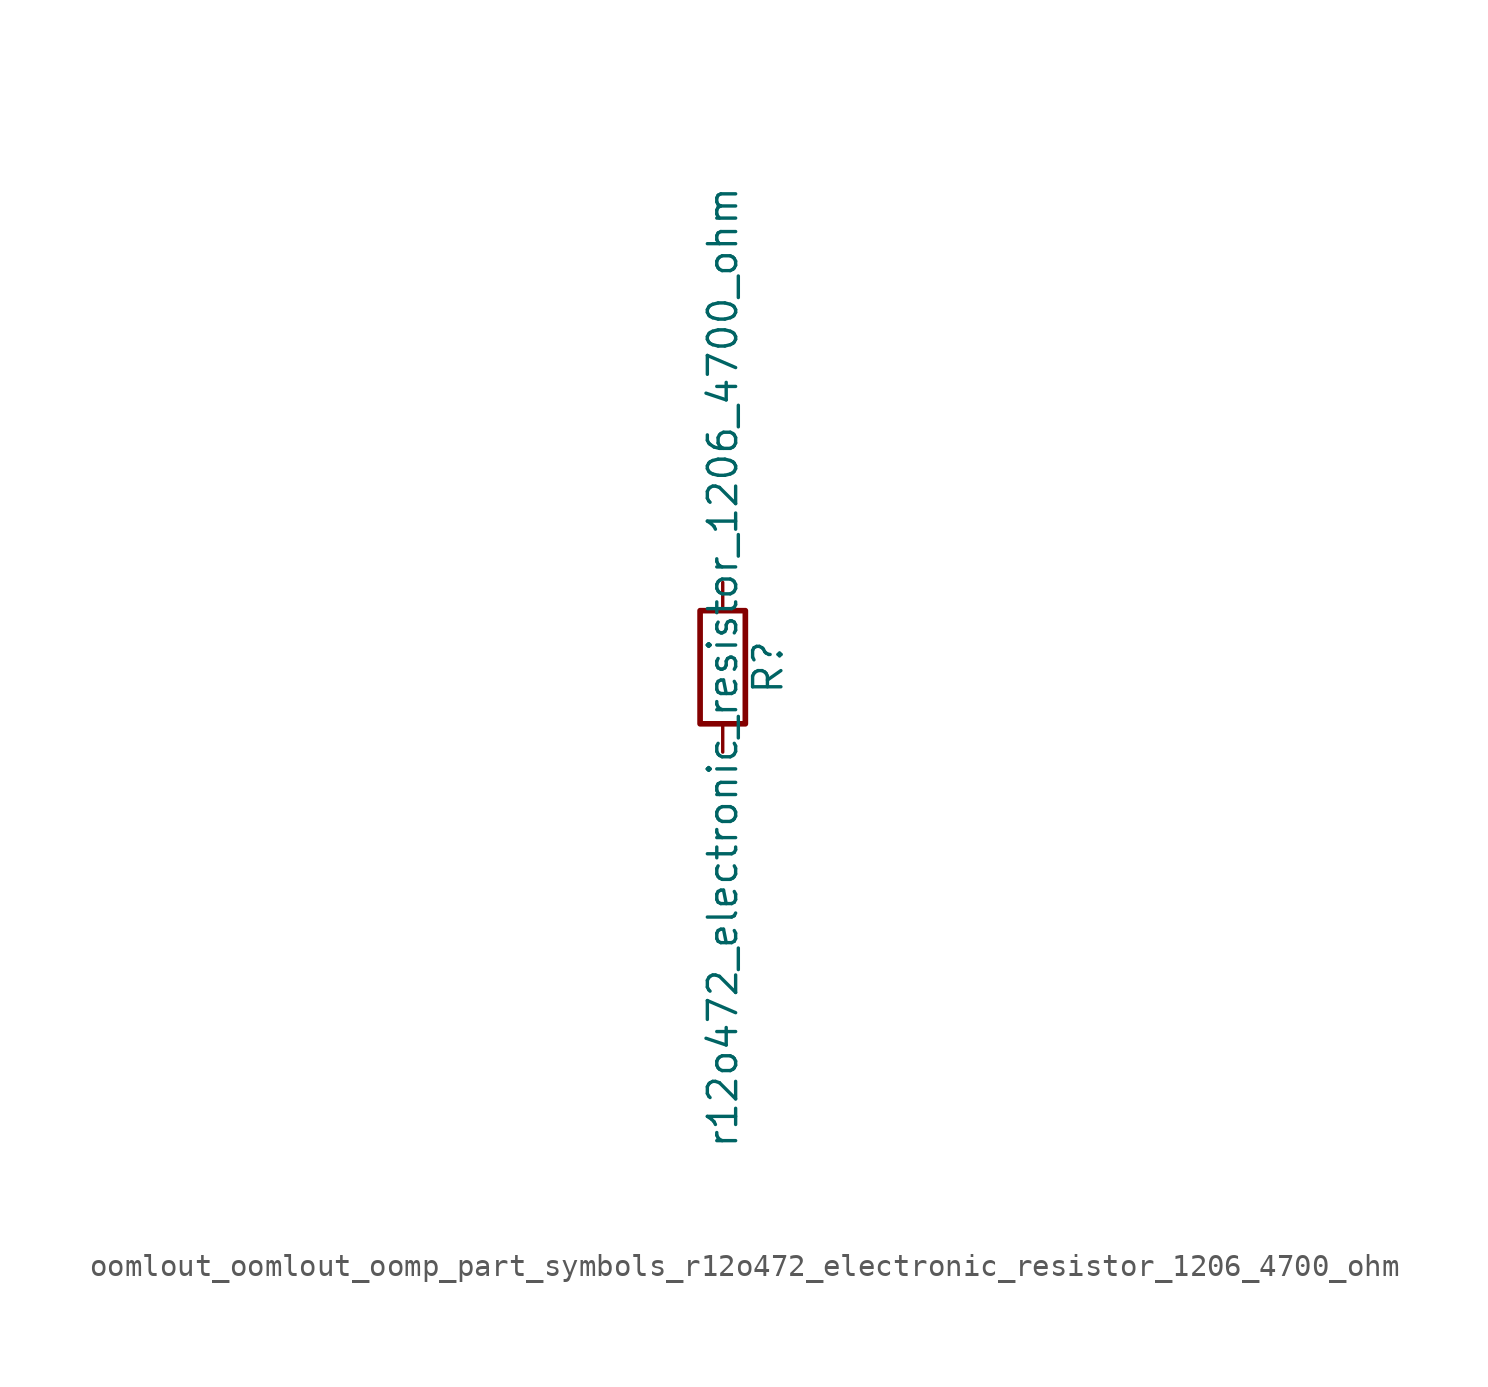
<source format=kicad_sym>
(kicad_symbol_lib
  (version 20220914)
  (generator kicad_symbol_editor)
  (symbol "oomlout_oomlout_oomp_part_symbols_r12o472_electronic_resistor_1206_4700_ohm"
    (pin_numbers hide)
    (pin_names
      (offset 0))
    (property "Reference" "R"
      (at 2.032 0 90)
      (effects (font (size 1.27 1.27))))
    (property "Value" "r12o472_electronic_resistor_1206_4700_ohm"
      (at 0 0 90)
      (effects (font (size 1.27 1.27))))
    (symbol "oomlout_oomlout_oomp_part_symbols_r12o472_electronic_resistor_1206_4700_ohm_0_1"
      (rectangle (start -1.016 -2.54) (end 1.016 2.54) (stroke (width 0.254) (type default)) (fill (type none))))
    (symbol "oomlout_oomlout_oomp_part_symbols_r12o472_electronic_resistor_1206_4700_ohm_1_1"
      (pin passive line (at 0 3.81 270) (length 1.27) (name "~" (effects (font (size 1.27 1.27)))) (number "1" (effects (font (size 1.27 1.27)))))
      (pin passive line (at 0 -3.81 90) (length 1.27) (name "~" (effects (font (size 1.27 1.27)))) (number "2" (effects (font (size 1.27 1.27))))))))
</source>
